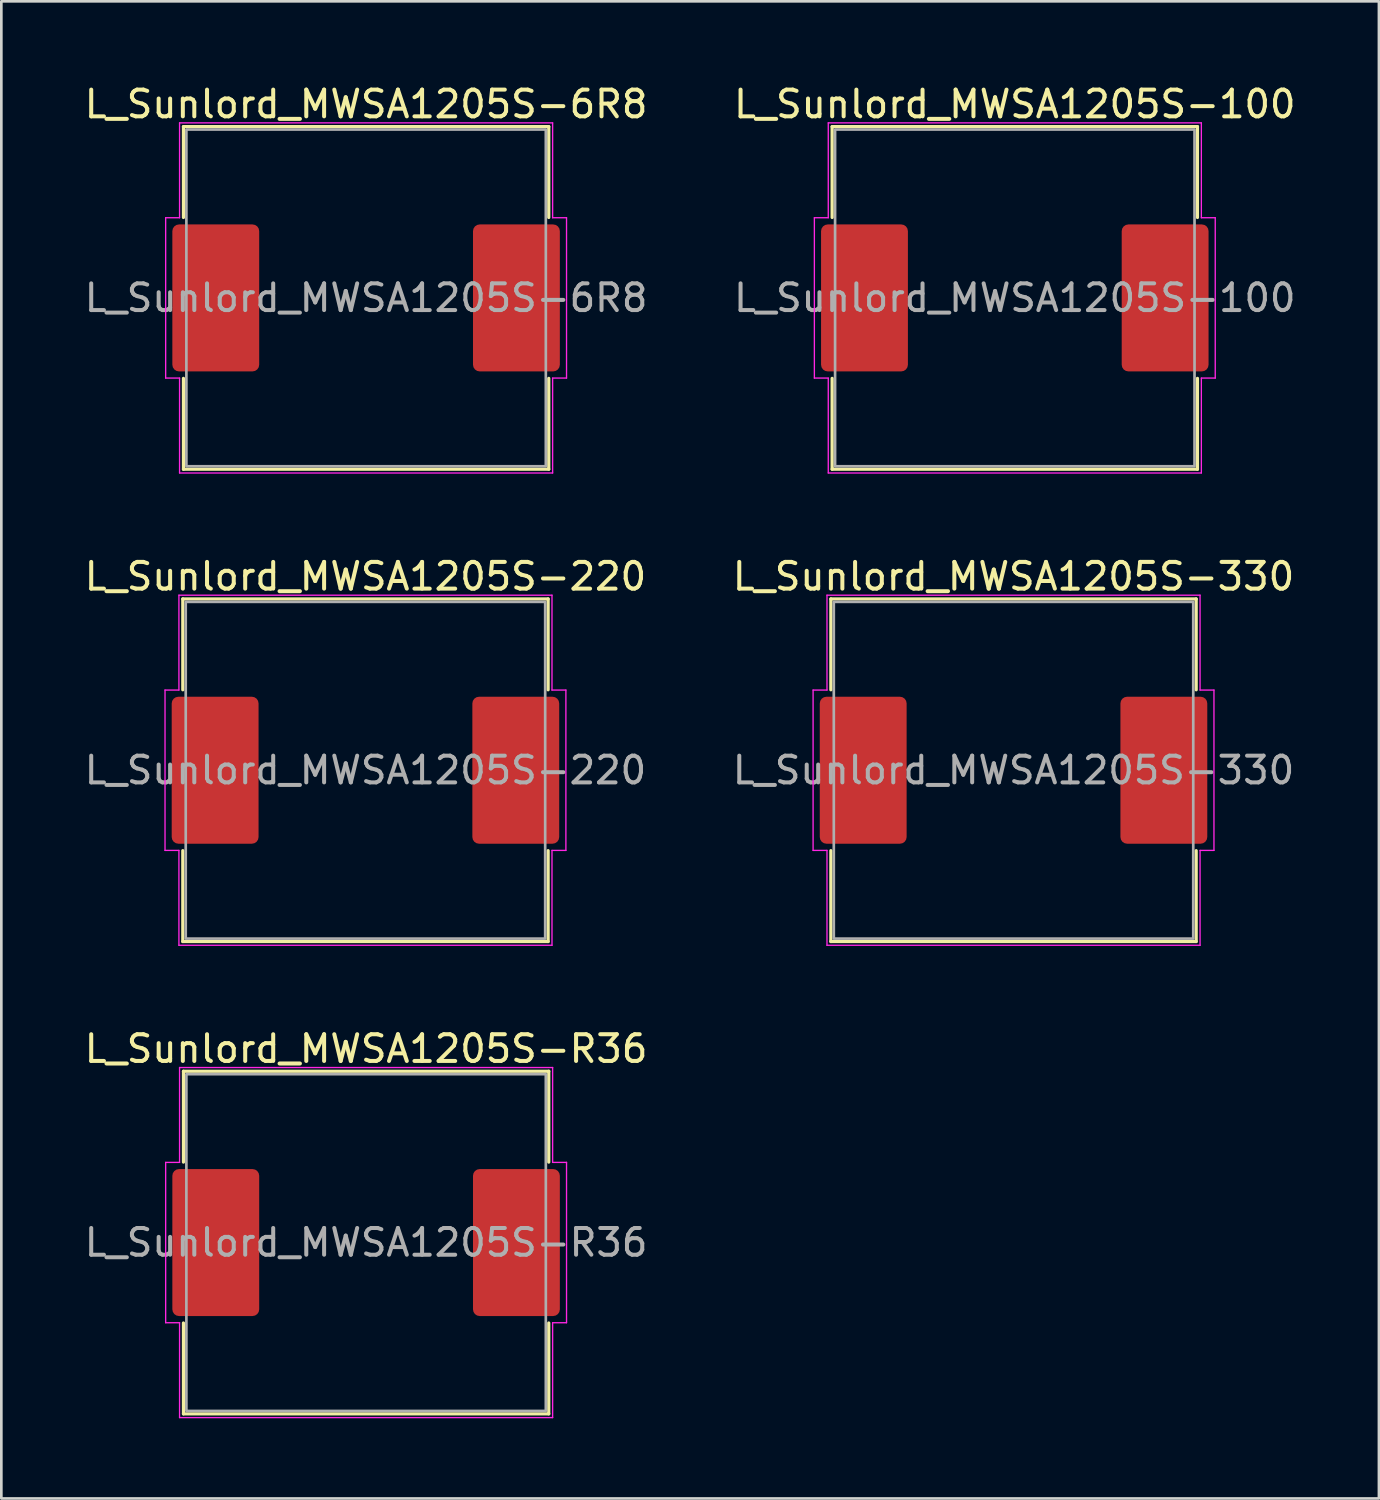
<source format=kicad_pcb>
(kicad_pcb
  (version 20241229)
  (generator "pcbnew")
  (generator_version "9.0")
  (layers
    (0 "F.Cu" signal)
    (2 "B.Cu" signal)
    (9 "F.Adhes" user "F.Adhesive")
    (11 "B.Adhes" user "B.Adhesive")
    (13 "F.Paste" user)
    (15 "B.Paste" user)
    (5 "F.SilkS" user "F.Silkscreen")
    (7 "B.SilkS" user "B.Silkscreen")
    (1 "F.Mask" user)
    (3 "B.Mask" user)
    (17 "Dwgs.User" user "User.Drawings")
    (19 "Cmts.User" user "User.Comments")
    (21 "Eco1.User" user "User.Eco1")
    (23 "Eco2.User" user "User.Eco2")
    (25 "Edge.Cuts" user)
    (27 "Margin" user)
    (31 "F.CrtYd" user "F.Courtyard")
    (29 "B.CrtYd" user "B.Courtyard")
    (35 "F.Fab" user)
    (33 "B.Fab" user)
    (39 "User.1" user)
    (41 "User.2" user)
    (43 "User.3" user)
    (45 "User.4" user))
  (footprint "L_Sunlord_MWSA1205S-220"
    (layer "F.Cu")
    (at 10.625 25.771)
    (property "Reference" "L_Sunlord_MWSA1205S-220" (at 0 -7.25 0) (layer "F.SilkS") (effects (font (size 1 1) (thickness 0.15))))
    (attr smd)
    (fp_line (start -6.835 -6.41) (end 6.835 -6.41) (stroke (width 0.12) (type solid)) (layer "F.SilkS"))
    (fp_line (start -6.835 -3.01) (end -6.835 -6.41) (stroke (width 0.12) (type solid)) (layer "F.SilkS"))
    (fp_line (start -6.835 6.41) (end -6.835 3.01) (stroke (width 0.12) (type solid)) (layer "F.SilkS"))
    (fp_line (start 6.835 -6.41) (end 6.835 -3.01) (stroke (width 0.12) (type solid)) (layer "F.SilkS"))
    (fp_line (start 6.835 3.01) (end 6.835 6.41) (stroke (width 0.12) (type solid)) (layer "F.SilkS"))
    (fp_line (start 6.835 6.41) (end -6.835 6.41) (stroke (width 0.12) (type solid)) (layer "F.SilkS"))
    (fp_line (start -7.5 -3) (end -6.98 -3) (stroke (width 0.05) (type solid)) (layer "F.CrtYd"))
    (fp_line (start -7.5 3) (end -7.5 -3) (stroke (width 0.05) (type solid)) (layer "F.CrtYd"))
    (fp_line (start -6.98 -6.55) (end 6.98 -6.55) (stroke (width 0.05) (type solid)) (layer "F.CrtYd"))
    (fp_line (start -6.98 -3) (end -6.98 -6.55) (stroke (width 0.05) (type solid)) (layer "F.CrtYd"))
    (fp_line (start -6.98 3) (end -7.5 3) (stroke (width 0.05) (type solid)) (layer "F.CrtYd"))
    (fp_line (start -6.98 6.55) (end -6.98 3) (stroke (width 0.05) (type solid)) (layer "F.CrtYd"))
    (fp_line (start 6.98 -6.55) (end 6.98 -3) (stroke (width 0.05) (type solid)) (layer "F.CrtYd"))
    (fp_line (start 6.98 -3) (end 7.5 -3) (stroke (width 0.05) (type solid)) (layer "F.CrtYd"))
    (fp_line (start 6.98 3) (end 6.98 6.55) (stroke (width 0.05) (type solid)) (layer "F.CrtYd"))
    (fp_line (start 6.98 6.55) (end -6.98 6.55) (stroke (width 0.05) (type solid)) (layer "F.CrtYd"))
    (fp_line (start 7.5 -3) (end 7.5 3) (stroke (width 0.05) (type solid)) (layer "F.CrtYd"))
    (fp_line (start 7.5 3) (end 6.98 3) (stroke (width 0.05) (type solid)) (layer "F.CrtYd"))
    (fp_rect (start -6.725 -6.3) (end 6.725 6.3) (stroke (width 0.1) (type solid)) (fill no) (layer "F.Fab"))
    (fp_text user "${REFERENCE}" (at 0 0 0) (layer "F.Fab") (effects (font (size 1 1) (thickness 0.15))))
    (pad "1" smd roundrect (at -5.625 0) (size 3.25 5.5) (layers "F.Cu" "F.Mask" "F.Paste") (roundrect_rratio 0.077))
    (pad "2" smd roundrect (at 5.625 0) (size 3.25 5.5) (layers "F.Cu" "F.Mask" "F.Paste") (roundrect_rratio 0.077)))
  (footprint "L_Sunlord_MWSA1205S-6R8"
    (layer "F.Cu")
    (at 10.649 8.098)
    (property "Reference" "L_Sunlord_MWSA1205S-6R8" (at 0 -7.25 0) (layer "F.SilkS") (effects (font (size 1 1) (thickness 0.15))))
    (attr smd)
    (fp_line (start -6.835 -6.41) (end 6.835 -6.41) (stroke (width 0.12) (type solid)) (layer "F.SilkS"))
    (fp_line (start -6.835 -3.01) (end -6.835 -6.41) (stroke (width 0.12) (type solid)) (layer "F.SilkS"))
    (fp_line (start -6.835 6.41) (end -6.835 3.01) (stroke (width 0.12) (type solid)) (layer "F.SilkS"))
    (fp_line (start 6.835 -6.41) (end 6.835 -3.01) (stroke (width 0.12) (type solid)) (layer "F.SilkS"))
    (fp_line (start 6.835 3.01) (end 6.835 6.41) (stroke (width 0.12) (type solid)) (layer "F.SilkS"))
    (fp_line (start 6.835 6.41) (end -6.835 6.41) (stroke (width 0.12) (type solid)) (layer "F.SilkS"))
    (fp_line (start -7.5 -3) (end -6.98 -3) (stroke (width 0.05) (type solid)) (layer "F.CrtYd"))
    (fp_line (start -7.5 3) (end -7.5 -3) (stroke (width 0.05) (type solid)) (layer "F.CrtYd"))
    (fp_line (start -6.98 -6.55) (end 6.98 -6.55) (stroke (width 0.05) (type solid)) (layer "F.CrtYd"))
    (fp_line (start -6.98 -3) (end -6.98 -6.55) (stroke (width 0.05) (type solid)) (layer "F.CrtYd"))
    (fp_line (start -6.98 3) (end -7.5 3) (stroke (width 0.05) (type solid)) (layer "F.CrtYd"))
    (fp_line (start -6.98 6.55) (end -6.98 3) (stroke (width 0.05) (type solid)) (layer "F.CrtYd"))
    (fp_line (start 6.98 -6.55) (end 6.98 -3) (stroke (width 0.05) (type solid)) (layer "F.CrtYd"))
    (fp_line (start 6.98 -3) (end 7.5 -3) (stroke (width 0.05) (type solid)) (layer "F.CrtYd"))
    (fp_line (start 6.98 3) (end 6.98 6.55) (stroke (width 0.05) (type solid)) (layer "F.CrtYd"))
    (fp_line (start 6.98 6.55) (end -6.98 6.55) (stroke (width 0.05) (type solid)) (layer "F.CrtYd"))
    (fp_line (start 7.5 -3) (end 7.5 3) (stroke (width 0.05) (type solid)) (layer "F.CrtYd"))
    (fp_line (start 7.5 3) (end 6.98 3) (stroke (width 0.05) (type solid)) (layer "F.CrtYd"))
    (fp_rect (start -6.725 -6.3) (end 6.725 6.3) (stroke (width 0.1) (type solid)) (fill no) (layer "F.Fab"))
    (fp_text user "${REFERENCE}" (at 0 0 0) (layer "F.Fab") (effects (font (size 1 1) (thickness 0.15))))
    (pad "1" smd roundrect (at -5.625 0) (size 3.25 5.5) (layers "F.Cu" "F.Mask" "F.Paste") (roundrect_rratio 0.077))
    (pad "2" smd roundrect (at 5.625 0) (size 3.25 5.5) (layers "F.Cu" "F.Mask" "F.Paste") (roundrect_rratio 0.077)))
  (footprint "L_Sunlord_MWSA1205S-330"
    (layer "F.Cu")
    (at 34.875 25.771)
    (property "Reference" "L_Sunlord_MWSA1205S-330" (at 0 -7.25 0) (layer "F.SilkS") (effects (font (size 1 1) (thickness 0.15))))
    (attr smd)
    (fp_line (start -6.835 -6.41) (end 6.835 -6.41) (stroke (width 0.12) (type solid)) (layer "F.SilkS"))
    (fp_line (start -6.835 -3.01) (end -6.835 -6.41) (stroke (width 0.12) (type solid)) (layer "F.SilkS"))
    (fp_line (start -6.835 6.41) (end -6.835 3.01) (stroke (width 0.12) (type solid)) (layer "F.SilkS"))
    (fp_line (start 6.835 -6.41) (end 6.835 -3.01) (stroke (width 0.12) (type solid)) (layer "F.SilkS"))
    (fp_line (start 6.835 3.01) (end 6.835 6.41) (stroke (width 0.12) (type solid)) (layer "F.SilkS"))
    (fp_line (start 6.835 6.41) (end -6.835 6.41) (stroke (width 0.12) (type solid)) (layer "F.SilkS"))
    (fp_line (start -7.5 -3) (end -6.98 -3) (stroke (width 0.05) (type solid)) (layer "F.CrtYd"))
    (fp_line (start -7.5 3) (end -7.5 -3) (stroke (width 0.05) (type solid)) (layer "F.CrtYd"))
    (fp_line (start -6.98 -6.55) (end 6.98 -6.55) (stroke (width 0.05) (type solid)) (layer "F.CrtYd"))
    (fp_line (start -6.98 -3) (end -6.98 -6.55) (stroke (width 0.05) (type solid)) (layer "F.CrtYd"))
    (fp_line (start -6.98 3) (end -7.5 3) (stroke (width 0.05) (type solid)) (layer "F.CrtYd"))
    (fp_line (start -6.98 6.55) (end -6.98 3) (stroke (width 0.05) (type solid)) (layer "F.CrtYd"))
    (fp_line (start 6.98 -6.55) (end 6.98 -3) (stroke (width 0.05) (type solid)) (layer "F.CrtYd"))
    (fp_line (start 6.98 -3) (end 7.5 -3) (stroke (width 0.05) (type solid)) (layer "F.CrtYd"))
    (fp_line (start 6.98 3) (end 6.98 6.55) (stroke (width 0.05) (type solid)) (layer "F.CrtYd"))
    (fp_line (start 6.98 6.55) (end -6.98 6.55) (stroke (width 0.05) (type solid)) (layer "F.CrtYd"))
    (fp_line (start 7.5 -3) (end 7.5 3) (stroke (width 0.05) (type solid)) (layer "F.CrtYd"))
    (fp_line (start 7.5 3) (end 6.98 3) (stroke (width 0.05) (type solid)) (layer "F.CrtYd"))
    (fp_rect (start -6.725 -6.3) (end 6.725 6.3) (stroke (width 0.1) (type solid)) (fill no) (layer "F.Fab"))
    (fp_text user "${REFERENCE}" (at 0 0 0) (layer "F.Fab") (effects (font (size 1 1) (thickness 0.15))))
    (pad "1" smd roundrect (at -5.625 0) (size 3.25 5.5) (layers "F.Cu" "F.Mask" "F.Paste") (roundrect_rratio 0.077))
    (pad "2" smd roundrect (at 5.625 0) (size 3.25 5.5) (layers "F.Cu" "F.Mask" "F.Paste") (roundrect_rratio 0.077)))
  (footprint "L_Sunlord_MWSA1205S-R36"
    (layer "F.Cu")
    (at 10.649 43.445)
    (property "Reference" "L_Sunlord_MWSA1205S-R36" (at 0 -7.25 0) (layer "F.SilkS") (effects (font (size 1 1) (thickness 0.15))))
    (attr smd)
    (fp_line (start -6.835 -6.41) (end 6.835 -6.41) (stroke (width 0.12) (type solid)) (layer "F.SilkS"))
    (fp_line (start -6.835 -3.01) (end -6.835 -6.41) (stroke (width 0.12) (type solid)) (layer "F.SilkS"))
    (fp_line (start -6.835 6.41) (end -6.835 3.01) (stroke (width 0.12) (type solid)) (layer "F.SilkS"))
    (fp_line (start 6.835 -6.41) (end 6.835 -3.01) (stroke (width 0.12) (type solid)) (layer "F.SilkS"))
    (fp_line (start 6.835 3.01) (end 6.835 6.41) (stroke (width 0.12) (type solid)) (layer "F.SilkS"))
    (fp_line (start 6.835 6.41) (end -6.835 6.41) (stroke (width 0.12) (type solid)) (layer "F.SilkS"))
    (fp_line (start -7.5 -3) (end -6.98 -3) (stroke (width 0.05) (type solid)) (layer "F.CrtYd"))
    (fp_line (start -7.5 3) (end -7.5 -3) (stroke (width 0.05) (type solid)) (layer "F.CrtYd"))
    (fp_line (start -6.98 -6.55) (end 6.98 -6.55) (stroke (width 0.05) (type solid)) (layer "F.CrtYd"))
    (fp_line (start -6.98 -3) (end -6.98 -6.55) (stroke (width 0.05) (type solid)) (layer "F.CrtYd"))
    (fp_line (start -6.98 3) (end -7.5 3) (stroke (width 0.05) (type solid)) (layer "F.CrtYd"))
    (fp_line (start -6.98 6.55) (end -6.98 3) (stroke (width 0.05) (type solid)) (layer "F.CrtYd"))
    (fp_line (start 6.98 -6.55) (end 6.98 -3) (stroke (width 0.05) (type solid)) (layer "F.CrtYd"))
    (fp_line (start 6.98 -3) (end 7.5 -3) (stroke (width 0.05) (type solid)) (layer "F.CrtYd"))
    (fp_line (start 6.98 3) (end 6.98 6.55) (stroke (width 0.05) (type solid)) (layer "F.CrtYd"))
    (fp_line (start 6.98 6.55) (end -6.98 6.55) (stroke (width 0.05) (type solid)) (layer "F.CrtYd"))
    (fp_line (start 7.5 -3) (end 7.5 3) (stroke (width 0.05) (type solid)) (layer "F.CrtYd"))
    (fp_line (start 7.5 3) (end 6.98 3) (stroke (width 0.05) (type solid)) (layer "F.CrtYd"))
    (fp_rect (start -6.725 -6.3) (end 6.725 6.3) (stroke (width 0.1) (type solid)) (fill no) (layer "F.Fab"))
    (fp_text user "${REFERENCE}" (at 0 0 0) (layer "F.Fab") (effects (font (size 1 1) (thickness 0.15))))
    (pad "1" smd roundrect (at -5.625 0) (size 3.25 5.5) (layers "F.Cu" "F.Mask" "F.Paste") (roundrect_rratio 0.077))
    (pad "2" smd roundrect (at 5.625 0) (size 3.25 5.5) (layers "F.Cu" "F.Mask" "F.Paste") (roundrect_rratio 0.077)))
  (footprint "L_Sunlord_MWSA1205S-100"
    (layer "F.Cu")
    (at 34.923 8.098)
    (property "Reference" "L_Sunlord_MWSA1205S-100" (at 0 -7.25 0) (layer "F.SilkS") (effects (font (size 1 1) (thickness 0.15))))
    (attr smd)
    (fp_line (start -6.835 -6.41) (end 6.835 -6.41) (stroke (width 0.12) (type solid)) (layer "F.SilkS"))
    (fp_line (start -6.835 -3.01) (end -6.835 -6.41) (stroke (width 0.12) (type solid)) (layer "F.SilkS"))
    (fp_line (start -6.835 6.41) (end -6.835 3.01) (stroke (width 0.12) (type solid)) (layer "F.SilkS"))
    (fp_line (start 6.835 -6.41) (end 6.835 -3.01) (stroke (width 0.12) (type solid)) (layer "F.SilkS"))
    (fp_line (start 6.835 3.01) (end 6.835 6.41) (stroke (width 0.12) (type solid)) (layer "F.SilkS"))
    (fp_line (start 6.835 6.41) (end -6.835 6.41) (stroke (width 0.12) (type solid)) (layer "F.SilkS"))
    (fp_line (start -7.5 -3) (end -6.98 -3) (stroke (width 0.05) (type solid)) (layer "F.CrtYd"))
    (fp_line (start -7.5 3) (end -7.5 -3) (stroke (width 0.05) (type solid)) (layer "F.CrtYd"))
    (fp_line (start -6.98 -6.55) (end 6.98 -6.55) (stroke (width 0.05) (type solid)) (layer "F.CrtYd"))
    (fp_line (start -6.98 -3) (end -6.98 -6.55) (stroke (width 0.05) (type solid)) (layer "F.CrtYd"))
    (fp_line (start -6.98 3) (end -7.5 3) (stroke (width 0.05) (type solid)) (layer "F.CrtYd"))
    (fp_line (start -6.98 6.55) (end -6.98 3) (stroke (width 0.05) (type solid)) (layer "F.CrtYd"))
    (fp_line (start 6.98 -6.55) (end 6.98 -3) (stroke (width 0.05) (type solid)) (layer "F.CrtYd"))
    (fp_line (start 6.98 -3) (end 7.5 -3) (stroke (width 0.05) (type solid)) (layer "F.CrtYd"))
    (fp_line (start 6.98 3) (end 6.98 6.55) (stroke (width 0.05) (type solid)) (layer "F.CrtYd"))
    (fp_line (start 6.98 6.55) (end -6.98 6.55) (stroke (width 0.05) (type solid)) (layer "F.CrtYd"))
    (fp_line (start 7.5 -3) (end 7.5 3) (stroke (width 0.05) (type solid)) (layer "F.CrtYd"))
    (fp_line (start 7.5 3) (end 6.98 3) (stroke (width 0.05) (type solid)) (layer "F.CrtYd"))
    (fp_rect (start -6.725 -6.3) (end 6.725 6.3) (stroke (width 0.1) (type solid)) (fill no) (layer "F.Fab"))
    (fp_text user "${REFERENCE}" (at 0 0 0) (layer "F.Fab") (effects (font (size 1 1) (thickness 0.15))))
    (pad "1" smd roundrect (at -5.625 0) (size 3.25 5.5) (layers "F.Cu" "F.Mask" "F.Paste") (roundrect_rratio 0.077))
    (pad "2" smd roundrect (at 5.625 0) (size 3.25 5.5) (layers "F.Cu" "F.Mask" "F.Paste") (roundrect_rratio 0.077)))
  (gr_rect
    (start -3 -3)
    (end 48.548 53.02)
    (stroke (width 0.1) (type default))
    (fill no)
    (layer "Edge.Cuts")))
</source>
